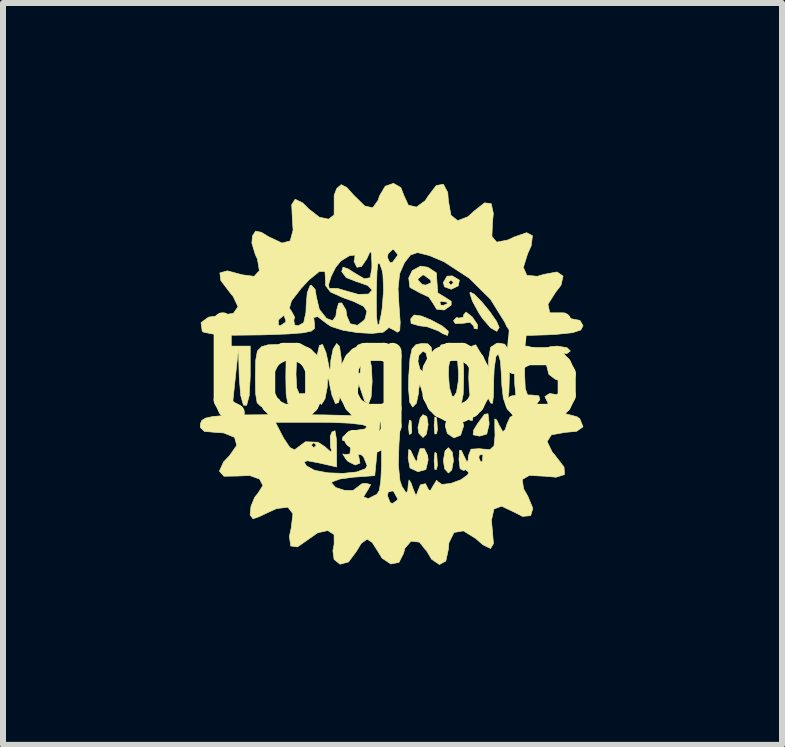
<source format=kicad_pcb>
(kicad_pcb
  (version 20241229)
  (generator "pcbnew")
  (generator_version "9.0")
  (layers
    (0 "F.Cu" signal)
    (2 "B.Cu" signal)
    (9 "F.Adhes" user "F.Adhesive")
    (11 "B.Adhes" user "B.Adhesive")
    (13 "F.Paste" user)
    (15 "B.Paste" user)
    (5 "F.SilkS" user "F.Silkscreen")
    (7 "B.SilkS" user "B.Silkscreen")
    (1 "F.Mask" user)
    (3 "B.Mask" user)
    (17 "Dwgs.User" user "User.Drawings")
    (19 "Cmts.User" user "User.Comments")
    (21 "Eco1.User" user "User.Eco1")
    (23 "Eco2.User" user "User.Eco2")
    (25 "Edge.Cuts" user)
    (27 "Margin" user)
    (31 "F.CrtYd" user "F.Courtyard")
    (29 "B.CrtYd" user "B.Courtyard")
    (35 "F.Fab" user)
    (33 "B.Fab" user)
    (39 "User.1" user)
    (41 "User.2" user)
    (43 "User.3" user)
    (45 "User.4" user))
  (footprint "logo5"
    (layer "F.Cu")
    (at 3.491 3.14)
    (property "Reference" "logo5" (at 0 0 0) (layer "F.SilkS") (effects (font (size 1.524 1.524) (thickness 0.3))))
    (attr through_hole)
    (fp_poly (pts (xy 0.31 0.826) (xy 0.321 0.999) (xy 0.31 1.037) (xy 0.279 1.048) (xy 0.267 0.931) (xy 0.281 0.811) (xy 0.31 0.826)) (stroke (width 0.01) (type solid)) (fill yes) (layer "F.SilkS"))
    (fp_poly (pts (xy 1.326 0.706) (xy 1.337 0.806) (xy 1.326 0.818) (xy 1.276 0.807) (xy 1.27 0.762) (xy 1.301 0.692) (xy 1.326 0.706)) (stroke (width 0.01) (type solid)) (fill yes) (layer "F.SilkS"))
    (fp_poly (pts (xy 0.571 0.75) (xy 0.593 0.884) (xy 0.564 1.045) (xy 0.508 1.101) (xy 0.439 1.03) (xy 0.423 0.936) (xy 0.462 0.774) (xy 0.508 0.72) (xy 0.571 0.75)) (stroke (width 0.01) (type solid)) (fill yes) (layer "F.SilkS"))
    (fp_poly (pts (xy 0.732 0.77) (xy 0.736 0.785) (xy 0.748 0.969) (xy 0.733 1.039) (xy 0.705 1.042) (xy 0.694 0.909) (xy 0.694 0.889) (xy 0.706 0.758) (xy 0.732 0.77)) (stroke (width 0.01) (type solid)) (fill yes) (layer "F.SilkS"))
    (fp_poly (pts (xy 0.732 1.363) (xy 0.736 1.377) (xy 0.748 1.562) (xy 0.733 1.631) (xy 0.705 1.634) (xy 0.694 1.502) (xy 0.694 1.482) (xy 0.706 1.35) (xy 0.732 1.363)) (stroke (width 0.01) (type solid)) (fill yes) (layer "F.SilkS"))
    (fp_poly (pts (xy 0.995 1.342) (xy 1.016 1.482) (xy 0.987 1.641) (xy 0.931 1.693) (xy 0.868 1.621) (xy 0.847 1.482) (xy 0.876 1.323) (xy 0.931 1.27) (xy 0.995 1.342)) (stroke (width 0.01) (type solid)) (fill yes) (layer "F.SilkS"))
    (fp_poly (pts (xy 1.156 0.774) (xy 1.185 0.907) (xy 1.134 1.063) (xy 1.022 1.106) (xy 0.915 1.034) (xy 0.878 0.907) (xy 0.914 0.751) (xy 1.026 0.714) (xy 1.156 0.774)) (stroke (width 0.01) (type solid)) (fill yes) (layer "F.SilkS"))
    (fp_poly (pts (xy 1.608 0.849) (xy 1.609 0.884) (xy 1.57 1.043) (xy 1.449 1.078) (xy 1.343 1.055) (xy 1.351 0.978) (xy 1.416 0.872) (xy 1.534 0.713) (xy 1.591 0.705) (xy 1.608 0.849)) (stroke (width 0.01) (type solid)) (fill yes) (layer "F.SilkS"))
    (fp_poly (pts (xy 1.362 -1.287) (xy 1.485 -1.162) (xy 1.622 -0.995) (xy 1.733 -0.835) (xy 1.778 -0.733) (xy 1.737 -0.669) (xy 1.634 -0.728) (xy 1.495 -0.889) (xy 1.437 -0.978) (xy 1.331 -1.173) (xy 1.289 -1.302) (xy 1.294 -1.322) (xy 1.362 -1.287)) (stroke (width 0.01) (type solid)) (fill yes) (layer "F.SilkS"))
    (fp_poly (pts (xy 0.481 -0.924) (xy 0.639 -0.859) (xy 0.828 -0.758) (xy 0.927 -0.673) (xy 0.931 -0.66) (xy 0.916 -0.6) (xy 0.837 -0.63) (xy 0.762 -0.677) (xy 0.574 -0.746) (xy 0.447 -0.761) (xy 0.309 -0.8) (xy 0.303 -0.877) (xy 0.36 -0.941) (xy 0.481 -0.924)) (stroke (width 0.01) (type solid)) (fill yes) (layer "F.SilkS"))
    (fp_poly (pts (xy 1.114 -1.522) (xy 1.094 -1.425) (xy 0.978 -1.37) (xy 0.865 -1.411) (xy 0.847 -1.482) (xy 0.931 -1.482) (xy 0.974 -1.439) (xy 1.016 -1.482) (xy 0.974 -1.524) (xy 0.931 -1.482) (xy 0.847 -1.482) (xy 0.908 -1.588) (xy 0.995 -1.593) (xy 1.114 -1.522)) (stroke (width 0.01) (type solid)) (fill yes) (layer "F.SilkS"))
    (fp_poly (pts (xy 1.328 -0.909) (xy 1.417 -0.779) (xy 1.413 -0.708) (xy 1.36 -0.715) (xy 1.355 -0.754) (xy 1.291 -0.82) (xy 1.185 -0.804) (xy 1.047 -0.797) (xy 1.016 -0.846) (xy 1.068 -0.902) (xy 1.101 -0.889) (xy 1.177 -0.903) (xy 1.185 -0.944) (xy 1.225 -0.99) (xy 1.328 -0.909)) (stroke (width 0.01) (type solid)) (fill yes) (layer "F.SilkS"))
    (fp_poly (pts (xy 0.038 -0.41) (xy 0.097 -0.352) (xy 0.109 -0.2) (xy 0.098 0.021) (xy 0.064 0.33) (xy 0.016 0.506) (xy -0.032 0.541) (xy -0.069 0.426) (xy -0.085 0.155) (xy -0.085 0.151) (xy -0.104 -0.162) (xy -0.158 -0.339) (xy -0.191 -0.367) (xy -0.201 -0.4) (xy -0.085 -0.417) (xy 0.038 -0.41)) (stroke (width 0.01) (type solid)) (fill yes) (layer "F.SilkS"))
    (fp_poly (pts (xy 0.531 1.287) (xy 0.586 1.403) (xy 0.593 1.476) (xy 0.556 1.634) (xy 0.425 1.67) (xy 0.423 1.67) (xy 0.291 1.608) (xy 0.26 1.442) (xy 0.27 1.3) (xy 0.301 1.315) (xy 0.339 1.397) (xy 0.395 1.506) (xy 0.415 1.462) (xy 0.417 1.418) (xy 0.458 1.287) (xy 0.531 1.287)) (stroke (width 0.01) (type solid)) (fill yes) (layer "F.SilkS"))
    (fp_poly (pts (xy -2.371 0.085) (xy -2.388 0.403) (xy -2.431 0.563) (xy -2.484 0.562) (xy -2.53 0.4) (xy -2.554 0.106) (xy -2.568 -0.381) (xy -2.622 0.127) (xy -2.676 0.635) (xy -2.719 0.127) (xy -2.762 -0.381) (xy -2.778 0.106) (xy -2.806 0.419) (xy -2.854 0.568) (xy -2.907 0.555) (xy -2.948 0.382) (xy -2.963 0.085) (xy -2.963 -0.423) (xy -2.371 -0.423) (xy -2.371 0.085)) (stroke (width 0.01) (type solid)) (fill yes) (layer "F.SilkS"))
    (fp_poly (pts (xy -1.407 -0.391) (xy -1.355 -0.33) (xy -1.416 -0.273) (xy -1.482 -0.285) (xy -1.562 -0.282) (xy -1.6 -0.17) (xy -1.609 0.042) (xy -1.597 0.275) (xy -1.555 0.372) (xy -1.482 0.369) (xy -1.373 0.383) (xy -1.355 0.457) (xy -1.427 0.568) (xy -1.566 0.593) (xy -1.684 0.582) (xy -1.747 0.523) (xy -1.773 0.377) (xy -1.778 0.102) (xy -1.778 0.085) (xy -1.774 -0.197) (xy -1.749 -0.349) (xy -1.688 -0.411) (xy -1.574 -0.423) (xy -1.566 -0.423) (xy -1.407 -0.391)) (stroke (width 0.01) (type solid)) (fill yes) (layer "F.SilkS"))
    (fp_poly (pts (xy 2.417 -0.377) (xy 2.455 -0.286) (xy 2.433 -0.196) (xy 2.341 -0.244) (xy 2.328 -0.254) (xy 2.252 -0.296) (xy 2.214 -0.236) (xy 2.202 -0.045) (xy 2.201 0.041) (xy 2.212 0.284) (xy 2.25 0.391) (xy 2.328 0.393) (xy 2.438 0.406) (xy 2.455 0.468) (xy 2.388 0.563) (xy 2.242 0.594) (xy 2.1 0.547) (xy 2.088 0.536) (xy 2.057 0.426) (xy 2.036 0.204) (xy 2.032 0.028) (xy 2.038 -0.233) (xy 2.069 -0.368) (xy 2.144 -0.417) (xy 2.244 -0.423) (xy 2.417 -0.377)) (stroke (width 0.01) (type solid)) (fill yes) (layer "F.SilkS"))
    (fp_poly (pts (xy -0.884 -0.419) (xy -0.855 -0.219) (xy -0.847 0.054) (xy -0.861 0.355) (xy -0.899 0.518) (xy -0.951 0.535) (xy -1.009 0.396) (xy -1.04 0.254) (xy -1.068 0.11) (xy -1.081 0.127) (xy -1.089 0.27) (xy -1.126 0.458) (xy -1.185 0.55) (xy -1.233 0.503) (xy -1.262 0.304) (xy -1.27 0.03) (xy -1.256 -0.27) (xy -1.218 -0.434) (xy -1.166 -0.45) (xy -1.108 -0.312) (xy -1.077 -0.169) (xy -1.049 -0.025) (xy -1.036 -0.043) (xy -1.028 -0.186) (xy -0.99 -0.373) (xy -0.931 -0.466) (xy -0.884 -0.419)) (stroke (width 0.01) (type solid)) (fill yes) (layer "F.SilkS"))
    (fp_poly (pts (xy -1.863 -0.412) (xy -1.931 -0.346) (xy -1.985 -0.339) (xy -2.136 -0.282) (xy -2.169 -0.155) (xy -2.087 -0.041) (xy -1.966 0.077) (xy -1.967 0.146) (xy -2.048 0.148) (xy -2.148 0.199) (xy -2.181 0.275) (xy -2.156 0.396) (xy -2.038 0.423) (xy -1.897 0.458) (xy -1.863 0.508) (xy -1.935 0.572) (xy -2.074 0.593) (xy -2.193 0.582) (xy -2.256 0.522) (xy -2.281 0.373) (xy -2.286 0.095) (xy -2.286 0.095) (xy -2.28 -0.186) (xy -2.252 -0.341) (xy -2.183 -0.413) (xy -2.074 -0.444) (xy -1.917 -0.45) (xy -1.863 -0.412)) (stroke (width 0.01) (type solid)) (fill yes) (layer "F.SilkS"))
    (fp_poly (pts (xy -0.405 -0.352) (xy -0.351 -0.077) (xy -0.34 0.165) (xy -0.357 0.426) (xy -0.401 0.54) (xy -0.463 0.499) (xy -0.532 0.296) (xy -0.562 0.212) (xy -0.579 0.287) (xy -0.583 0.36) (xy -0.62 0.529) (xy -0.689 0.593) (xy -0.743 0.524) (xy -0.752 0.312) (xy -0.736 0.114) (xy -0.701 -0.085) (xy -0.579 -0.085) (xy -0.566 0.036) (xy -0.537 0.021) (xy -0.525 -0.152) (xy -0.537 -0.191) (xy -0.567 -0.201) (xy -0.579 -0.085) (xy -0.701 -0.085) (xy -0.673 -0.243) (xy -0.584 -0.437) (xy -0.489 -0.473) (xy -0.405 -0.352)) (stroke (width 0.01) (type solid)) (fill yes) (layer "F.SilkS"))
    (fp_poly (pts (xy 2.908 -0.396) (xy 2.963 -0.341) (xy 2.901 -0.295) (xy 2.836 -0.308) (xy 2.734 -0.295) (xy 2.709 -0.178) (xy 2.76 -0.033) (xy 2.836 0) (xy 2.93 0.064) (xy 2.963 0.269) (xy 2.963 0.296) (xy 2.943 0.503) (xy 2.866 0.586) (xy 2.808 0.593) (xy 2.647 0.565) (xy 2.596 0.536) (xy 2.538 0.419) (xy 2.617 0.367) (xy 2.717 0.383) (xy 2.848 0.4) (xy 2.868 0.306) (xy 2.864 0.283) (xy 2.782 0.153) (xy 2.708 0.127) (xy 2.605 0.048) (xy 2.556 -0.148) (xy 2.553 -0.337) (xy 2.62 -0.412) (xy 2.746 -0.423) (xy 2.908 -0.396)) (stroke (width 0.01) (type solid)) (fill yes) (layer "F.SilkS"))
    (fp_poly (pts (xy 0.588 -0.461) (xy 0.644 -0.405) (xy 0.666 -0.258) (xy 0.667 0.015) (xy 0.667 0.064) (xy 0.649 0.361) (xy 0.611 0.51) (xy 0.557 0.505) (xy 0.494 0.339) (xy 0.484 0.296) (xy 0.454 0.212) (xy 0.437 0.287) (xy 0.433 0.36) (xy 0.398 0.529) (xy 0.335 0.593) (xy 0.286 0.513) (xy 0.267 0.289) (xy 0.271 0.07) (xy 0.288 -0.169) (xy 0.423 -0.169) (xy 0.459 -0.032) (xy 0.508 0) (xy 0.577 -0.071) (xy 0.593 -0.169) (xy 0.557 -0.307) (xy 0.508 -0.339) (xy 0.439 -0.268) (xy 0.423 -0.169) (xy 0.288 -0.169) (xy 0.291 -0.219) (xy 0.326 -0.378) (xy 0.392 -0.448) (xy 0.486 -0.466) (xy 0.588 -0.461)) (stroke (width 0.01) (type solid)) (fill yes) (layer "F.SilkS"))
    (fp_poly (pts (xy 1.021 -0.447) (xy 1.115 -0.397) (xy 1.165 -0.282) (xy 1.184 -0.059) (xy 1.185 0.095) (xy 1.178 0.377) (xy 1.148 0.528) (xy 1.084 0.586) (xy 1.03 0.593) (xy 0.869 0.565) (xy 0.818 0.536) (xy 0.786 0.424) (xy 0.768 0.207) (xy 0.765 0.042) (xy 0.931 0.042) (xy 0.948 0.27) (xy 0.991 0.406) (xy 1.016 0.423) (xy 1.066 0.348) (xy 1.097 0.156) (xy 1.101 0.042) (xy 1.084 -0.185) (xy 1.041 -0.321) (xy 1.016 -0.339) (xy 0.966 -0.263) (xy 0.935 -0.072) (xy 0.931 0.042) (xy 0.765 0.042) (xy 0.763 -0.049) (xy 0.774 -0.282) (xy 0.8 -0.427) (xy 0.809 -0.442) (xy 0.92 -0.463) (xy 1.021 -0.447)) (stroke (width 0.01) (type solid)) (fill yes) (layer "F.SilkS"))
    (fp_poly (pts (xy 0.59 -1.736) (xy 0.731 -1.643) (xy 0.741 -1.48) (xy 0.754 -1.31) (xy 0.868 -1.24) (xy 0.978 -1.169) (xy 0.977 -1.106) (xy 0.862 -1.024) (xy 0.735 -1.037) (xy 0.677 -1.134) (xy 0.662 -1.157) (xy 0.79 -1.157) (xy 0.802 -1.107) (xy 0.847 -1.101) (xy 0.916 -1.132) (xy 0.903 -1.157) (xy 0.803 -1.167) (xy 0.79 -1.157) (xy 0.662 -1.157) (xy 0.605 -1.24) (xy 0.466 -1.305) (xy 0.29 -1.4) (xy 0.274 -1.524) (xy 0.423 -1.524) (xy 0.492 -1.45) (xy 0.555 -1.439) (xy 0.643 -1.48) (xy 0.635 -1.524) (xy 0.527 -1.605) (xy 0.503 -1.609) (xy 0.426 -1.544) (xy 0.423 -1.524) (xy 0.274 -1.524) (xy 0.27 -1.559) (xy 0.329 -1.681) (xy 0.468 -1.756) (xy 0.59 -1.736)) (stroke (width 0.01) (type solid)) (fill yes) (layer "F.SilkS"))
    (fp_poly (pts (xy 1.87 -0.454) (xy 1.921 -0.378) (xy 1.943 -0.204) (xy 1.947 0.075) (xy 1.939 0.342) (xy 1.916 0.516) (xy 1.885 0.559) (xy 1.846 0.443) (xy 1.821 0.224) (xy 1.818 0.125) (xy 1.799 -0.167) (xy 1.763 -0.292) (xy 1.724 -0.253) (xy 1.694 -0.051) (xy 1.686 0.134) (xy 1.681 0.408) (xy 1.667 0.532) (xy 1.636 0.526) (xy 1.576 0.41) (xy 1.563 0.381) (xy 1.447 0.127) (xy 1.443 0.36) (xy 1.414 0.529) (xy 1.355 0.593) (xy 1.309 0.516) (xy 1.279 0.316) (xy 1.27 0.099) (xy 1.284 -0.24) (xy 1.323 -0.422) (xy 1.386 -0.445) (xy 1.469 -0.304) (xy 1.494 -0.238) (xy 1.596 0.042) (xy 1.602 -0.215) (xy 1.634 -0.403) (xy 1.736 -0.469) (xy 1.778 -0.472) (xy 1.87 -0.454)) (stroke (width 0.01) (type solid)) (fill yes) (layer "F.SilkS"))
    (fp_poly (pts (xy 0.139 -3.064) (xy 0.185 -2.943) (xy 0.263 -2.772) (xy 0.398 -2.739) (xy 0.545 -2.846) (xy 0.591 -2.918) (xy 0.729 -3.099) (xy 0.847 -3.119) (xy 0.92 -2.983) (xy 0.931 -2.845) (xy 0.973 -2.604) (xy 1.086 -2.513) (xy 1.257 -2.579) (xy 1.358 -2.671) (xy 1.534 -2.81) (xy 1.645 -2.796) (xy 1.68 -2.633) (xy 1.666 -2.488) (xy 1.656 -2.251) (xy 1.736 -2.155) (xy 1.918 -2.19) (xy 2.025 -2.24) (xy 2.235 -2.313) (xy 2.332 -2.262) (xy 2.31 -2.093) (xy 2.251 -1.962) (xy 2.18 -1.733) (xy 2.238 -1.602) (xy 2.413 -1.586) (xy 2.522 -1.618) (xy 2.741 -1.658) (xy 2.842 -1.589) (xy 2.807 -1.437) (xy 2.717 -1.32) (xy 2.59 -1.12) (xy 2.621 -0.974) (xy 2.802 -0.897) (xy 2.921 -0.889) (xy 3.123 -0.851) (xy 3.175 -0.762) (xy 3.136 -0.691) (xy 3 -0.646) (xy 2.736 -0.619) (xy 2.573 -0.61) (xy 2.259 -0.601) (xy 2.07 -0.613) (xy 1.966 -0.659) (xy 1.901 -0.753) (xy 1.87 -0.822) (xy 1.632 -1.204) (xy 1.277 -1.555) (xy 0.857 -1.829) (xy 0.613 -1.932) (xy 0.416 -1.981) (xy 0.298 -1.94) (xy 0.199 -1.813) (xy 0.118 -1.629) (xy 0.092 -1.379) (xy 0.108 -1.094) (xy 0.128 -0.817) (xy 0.12 -0.68) (xy 0.08 -0.654) (xy 0.035 -0.684) (xy -0.063 -0.733) (xy -0.085 -0.709) (xy -0.158 -0.653) (xy -0.342 -0.634) (xy -0.583 -0.647) (xy -0.827 -0.687) (xy -1.021 -0.749) (xy -1.084 -0.789) (xy -1.246 -0.913) (xy -1.313 -0.9) (xy -1.3 -0.783) (xy -1.299 -0.718) (xy -1.353 -0.673) (xy -1.49 -0.644) (xy -1.737 -0.625) (xy -2.123 -0.611) (xy -2.189 -0.609) (xy -2.648 -0.604) (xy -2.972 -0.62) (xy -3.147 -0.654) (xy -3.172 -0.672) (xy -3.191 -0.814) (xy -3.146 -0.847) (xy -1.905 -0.847) (xy -1.898 -0.769) (xy -1.868 -0.762) (xy -1.781 -0.823) (xy -1.778 -0.847) (xy -1.807 -0.929) (xy -1.815 -0.931) (xy -1.888 -0.872) (xy -1.905 -0.847) (xy -3.146 -0.847) (xy -3.065 -0.906) (xy -2.879 -0.931) (xy -2.651 -0.97) (xy -2.594 -1.052) (xy -1.72 -1.052) (xy -1.69 -1.014) (xy -1.63 -0.904) (xy -1.645 -0.856) (xy -1.633 -0.775) (xy -1.571 -0.762) (xy -1.481 -0.812) (xy -1.443 -0.984) (xy -1.439 -1.101) (xy -1.421 -1.313) (xy -1.374 -1.431) (xy -1.355 -1.439) (xy -1.289 -1.367) (xy -1.27 -1.245) (xy -1.22 -1.036) (xy -1.1 -0.884) (xy -0.999 -0.847) (xy -0.945 -0.918) (xy -0.931 -1.021) (xy -0.899 -1.138) (xy -0.847 -1.143) (xy -0.776 -1.024) (xy -0.762 -0.926) (xy -0.705 -0.795) (xy -0.583 -0.769) (xy -0.469 -0.858) (xy -0.453 -0.893) (xy -0.428 -1.005) (xy -0.481 -1.085) (xy -0.644 -1.165) (xy -0.818 -1.228) (xy -0.27 -1.228) (xy -0.267 -0.922) (xy -0.251 -0.775) (xy -0.223 -0.79) (xy -0.185 -0.969) (xy -0.172 -1.058) (xy -0.149 -1.352) (xy -0.16 -1.61) (xy -0.176 -1.693) (xy -0.216 -1.804) (xy -0.243 -1.801) (xy -0.259 -1.669) (xy -0.268 -1.391) (xy -0.27 -1.228) (xy -0.818 -1.228) (xy -0.819 -1.228) (xy -1.034 -1.324) (xy -1.116 -1.432) (xy -1.116 -1.447) (xy -1.066 -1.447) (xy -1.055 -1.38) (xy -1.029 -1.386) (xy -0.915 -1.384) (xy -0.804 -1.35) (xy -0.571 -1.285) (xy -0.4 -1.29) (xy -0.339 -1.357) (xy -0.412 -1.432) (xy -0.588 -1.494) (xy -0.593 -1.494) (xy -0.772 -1.565) (xy -0.847 -1.665) (xy -0.847 -1.666) (xy -0.825 -1.739) (xy -0.733 -1.706) (xy -0.658 -1.656) (xy -0.468 -1.544) (xy -0.373 -1.563) (xy -0.344 -1.724) (xy -0.344 -1.799) (xy -0.349 -1.9) (xy -0.085 -1.9) (xy -0.044 -1.812) (xy 0 -1.82) (xy 0.081 -1.929) (xy 0.085 -1.952) (xy 0.02 -2.03) (xy 0 -2.032) (xy -0.074 -1.963) (xy -0.085 -1.9) (xy -0.349 -1.9) (xy -0.352 -1.974) (xy -0.376 -1.994) (xy -0.428 -1.878) (xy -0.516 -1.75) (xy -0.593 -1.736) (xy -0.643 -1.838) (xy -0.631 -1.869) (xy -0.626 -1.94) (xy -0.718 -1.929) (xy -0.862 -1.841) (xy -0.949 -1.733) (xy -1.024 -1.583) (xy -1.066 -1.447) (xy -1.116 -1.447) (xy -1.117 -1.517) (xy -1.126 -1.665) (xy -1.219 -1.667) (xy -1.393 -1.525) (xy -1.523 -1.385) (xy -1.684 -1.176) (xy -1.72 -1.052) (xy -2.594 -1.052) (xy -2.575 -1.08) (xy -2.656 -1.251) (xy -2.7 -1.303) (xy -2.861 -1.515) (xy -2.877 -1.642) (xy -2.753 -1.677) (xy -2.5 -1.61) (xy -2.306 -1.585) (xy -2.219 -1.68) (xy -2.251 -1.874) (xy -2.286 -1.947) (xy -2.344 -2.14) (xy -2.334 -2.259) (xy -2.281 -2.339) (xy -2.186 -2.319) (xy -2.067 -2.246) (xy -1.841 -2.14) (xy -1.705 -2.176) (xy -1.657 -2.356) (xy -1.669 -2.535) (xy -1.68 -2.78) (xy -1.622 -2.87) (xy -1.495 -2.807) (xy -1.397 -2.709) (xy -1.22 -2.571) (xy -1.066 -2.538) (xy -0.974 -2.608) (xy -0.973 -2.731) (xy -0.973 -2.936) (xy -0.93 -3.048) (xy -0.855 -3.113) (xy -0.762 -3.066) (xy -0.651 -2.942) (xy -0.463 -2.757) (xy -0.329 -2.728) (xy -0.238 -2.856) (xy -0.219 -2.921) (xy -0.123 -3.086) (xy 0.016 -3.135) (xy 0.139 -3.064)) (stroke (width 0.01) (type solid)) (fill yes) (layer "F.SilkS"))
    (fp_poly (pts (xy 2.855 0.697) (xy 3.075 0.755) (xy 3.122 0.791) (xy 3.174 0.922) (xy 3.068 0.997) (xy 2.87 1.016) (xy 2.647 1.056) (xy 2.576 1.168) (xy 2.66 1.342) (xy 2.7 1.388) (xy 2.858 1.593) (xy 2.866 1.718) (xy 2.726 1.762) (xy 2.545 1.746) (xy 2.28 1.732) (xy 2.161 1.8) (xy 2.184 1.956) (xy 2.253 2.076) (xy 2.338 2.281) (xy 2.301 2.403) (xy 2.166 2.415) (xy 2.029 2.345) (xy 1.819 2.245) (xy 1.69 2.292) (xy 1.648 2.481) (xy 1.662 2.634) (xy 1.682 2.868) (xy 1.633 2.95) (xy 1.503 2.886) (xy 1.386 2.783) (xy 1.181 2.656) (xy 1.024 2.683) (xy 0.939 2.856) (xy 0.931 2.961) (xy 0.888 3.159) (xy 0.782 3.217) (xy 0.651 3.129) (xy 0.576 3.002) (xy 0.448 2.844) (xy 0.308 2.828) (xy 0.204 2.949) (xy 0.185 3.028) (xy 0.107 3.182) (xy -0.029 3.208) (xy -0.174 3.111) (xy -0.239 3.006) (xy -0.338 2.85) (xy -0.423 2.794) (xy -0.52 2.863) (xy -0.608 3.006) (xy -0.734 3.175) (xy -0.875 3.212) (xy -0.974 3.132) (xy -0.994 2.988) (xy -0.973 2.877) (xy -0.974 2.717) (xy -1.079 2.651) (xy -1.248 2.688) (xy -1.395 2.792) (xy -1.584 2.924) (xy -1.696 2.908) (xy -1.719 2.75) (xy -1.688 2.607) (xy -1.66 2.371) (xy -1.743 2.262) (xy -1.933 2.285) (xy -2.044 2.335) (xy -2.222 2.419) (xy -2.324 2.455) (xy -2.324 2.455) (xy -2.373 2.392) (xy -2.359 2.248) (xy -2.297 2.096) (xy -2.243 2.031) (xy -2.16 1.9) (xy -2.216 1.793) (xy -2.38 1.734) (xy -2.594 1.743) (xy -2.809 1.746) (xy -2.885 1.662) (xy -2.816 1.508) (xy -2.715 1.402) (xy -2.596 1.231) (xy -2.632 1.098) (xy -2.814 1.024) (xy -2.936 1.016) (xy -3.135 0.999) (xy -3.204 0.932) (xy -3.201 0.868) (xy -3.191 0.847) (xy -1.952 0.847) (xy -1.814 1.113) (xy -1.711 1.266) (xy -1.632 1.307) (xy -1.621 1.297) (xy -1.527 1.228) (xy -1.355 1.228) (xy -1.312 1.27) (xy -1.27 1.228) (xy -1.312 1.185) (xy -1.355 1.228) (xy -1.527 1.228) (xy -1.45 1.171) (xy -1.242 1.179) (xy -1.129 1.252) (xy -1.028 1.343) (xy -1.017 1.311) (xy -1.034 1.262) (xy -1.038 1.078) (xy -1.009 1.008) (xy -0.959 0.988) (xy -0.935 1.129) (xy -0.933 1.24) (xy -0.931 1.591) (xy -1.231 1.523) (xy -1.42 1.488) (xy -1.473 1.509) (xy -1.433 1.574) (xy -1.297 1.648) (xy -1.077 1.689) (xy -0.826 1.698) (xy -0.599 1.675) (xy -0.451 1.62) (xy -0.423 1.571) (xy -0.483 1.422) (xy -0.521 1.389) (xy -0.579 1.379) (xy -0.562 1.42) (xy -0.543 1.528) (xy -0.621 1.559) (xy -0.74 1.5) (xy -0.774 1.464) (xy -0.829 1.375) (xy -0.788 1.383) (xy -0.71 1.375) (xy -0.7 1.278) (xy -0.742 1.164) (xy -0.791 1.161) (xy -0.813 1.153) (xy -0.564 1.153) (xy -0.55 1.185) (xy -0.474 1.266) (xy -0.461 1.27) (xy -0.424 1.204) (xy -0.423 1.185) (xy -0.488 1.104) (xy -0.513 1.101) (xy -0.564 1.153) (xy -0.813 1.153) (xy -0.838 1.144) (xy -0.828 1.091) (xy -0.721 0.999) (xy -0.605 0.98) (xy -0.461 0.958) (xy -0.423 0.917) (xy -0.502 0.886) (xy -0.712 0.862) (xy -1.015 0.848) (xy -1.188 0.847) (xy -1.952 0.847) (xy -3.191 0.847) (xy -3.177 0.815) (xy -3.115 0.777) (xy -2.991 0.75) (xy -2.782 0.733) (xy -2.466 0.724) (xy -2.018 0.72) (xy -1.629 0.72) (xy -1.139 0.724) (xy -0.713 0.734) (xy -0.377 0.75) (xy -0.202 0.767) (xy -0.247 1.228) (xy -0.296 1.736) (xy -0.656 1.762) (xy -0.876 1.792) (xy -1.003 1.838) (xy -1.016 1.858) (xy -0.948 1.933) (xy -0.8 1.981) (xy -0.657 1.982) (xy -0.607 1.945) (xy -0.51 1.871) (xy -0.448 1.863) (xy -0.364 1.885) (xy -0.415 1.98) (xy -0.423 1.99) (xy -0.483 2.09) (xy -0.41 2.117) (xy -0.4 2.117) (xy -0.305 2.069) (xy -0.085 2.069) (xy -0.04 2.185) (xy 0 2.201) (xy 0.082 2.141) (xy 0.085 2.122) (xy 0.023 2.007) (xy 0 1.99) (xy -0.072 2.009) (xy -0.085 2.069) (xy -0.305 2.069) (xy -0.262 2.048) (xy -0.221 1.983) (xy -0.196 1.832) (xy -0.183 1.572) (xy -0.184 1.284) (xy -0.197 0.767) (xy -0.159 0.771) (xy -0.085 0.794) (xy -0.034 0.812) (xy 0.033 0.77) (xy 0.094 0.741) (xy 0.123 0.807) (xy 0.122 0.994) (xy 0.107 1.214) (xy 0.097 1.556) (xy 0.123 1.817) (xy 0.156 1.915) (xy 0.228 2.025) (xy 0.254 1.984) (xy 0.26 1.905) (xy 0.275 1.807) (xy 0.31 1.861) (xy 0.339 1.947) (xy 0.39 2.068) (xy 0.414 2.021) (xy 0.415 2.011) (xy 0.465 1.889) (xy 0.549 1.87) (xy 0.599 1.968) (xy 0.599 1.968) (xy 0.629 1.989) (xy 0.677 1.905) (xy 0.735 1.812) (xy 0.756 1.837) (xy 0.824 1.883) (xy 0.973 1.865) (xy 1.138 1.805) (xy 1.252 1.723) (xy 1.27 1.68) (xy 1.218 1.637) (xy 1.185 1.651) (xy 1.126 1.62) (xy 1.107 1.465) (xy 1.117 1.313) (xy 1.147 1.315) (xy 1.185 1.397) (xy 1.241 1.512) (xy 1.261 1.473) (xy 1.262 1.439) (xy 1.439 1.439) (xy 1.47 1.509) (xy 1.496 1.496) (xy 1.506 1.395) (xy 1.496 1.383) (xy 1.445 1.395) (xy 1.439 1.439) (xy 1.262 1.439) (xy 1.264 1.408) (xy 1.308 1.295) (xy 1.454 1.286) (xy 1.482 1.291) (xy 1.624 1.302) (xy 1.691 1.24) (xy 1.708 1.066) (xy 1.704 0.931) (xy 1.704 0.79) (xy 1.735 0.807) (xy 1.774 0.889) (xy 1.837 1.005) (xy 1.878 0.968) (xy 1.91 0.868) (xy 1.959 0.763) (xy 2.054 0.705) (xy 2.239 0.682) (xy 2.497 0.677) (xy 2.855 0.697)) (stroke (width 0.01) (type solid)) (fill yes) (layer "F.SilkS")))
  (gr_rect
    (start -3 -3)
    (end 9.981 9.362)
    (stroke (width 0.1) (type default))
    (fill no)
    (layer "Edge.Cuts")))
</source>
